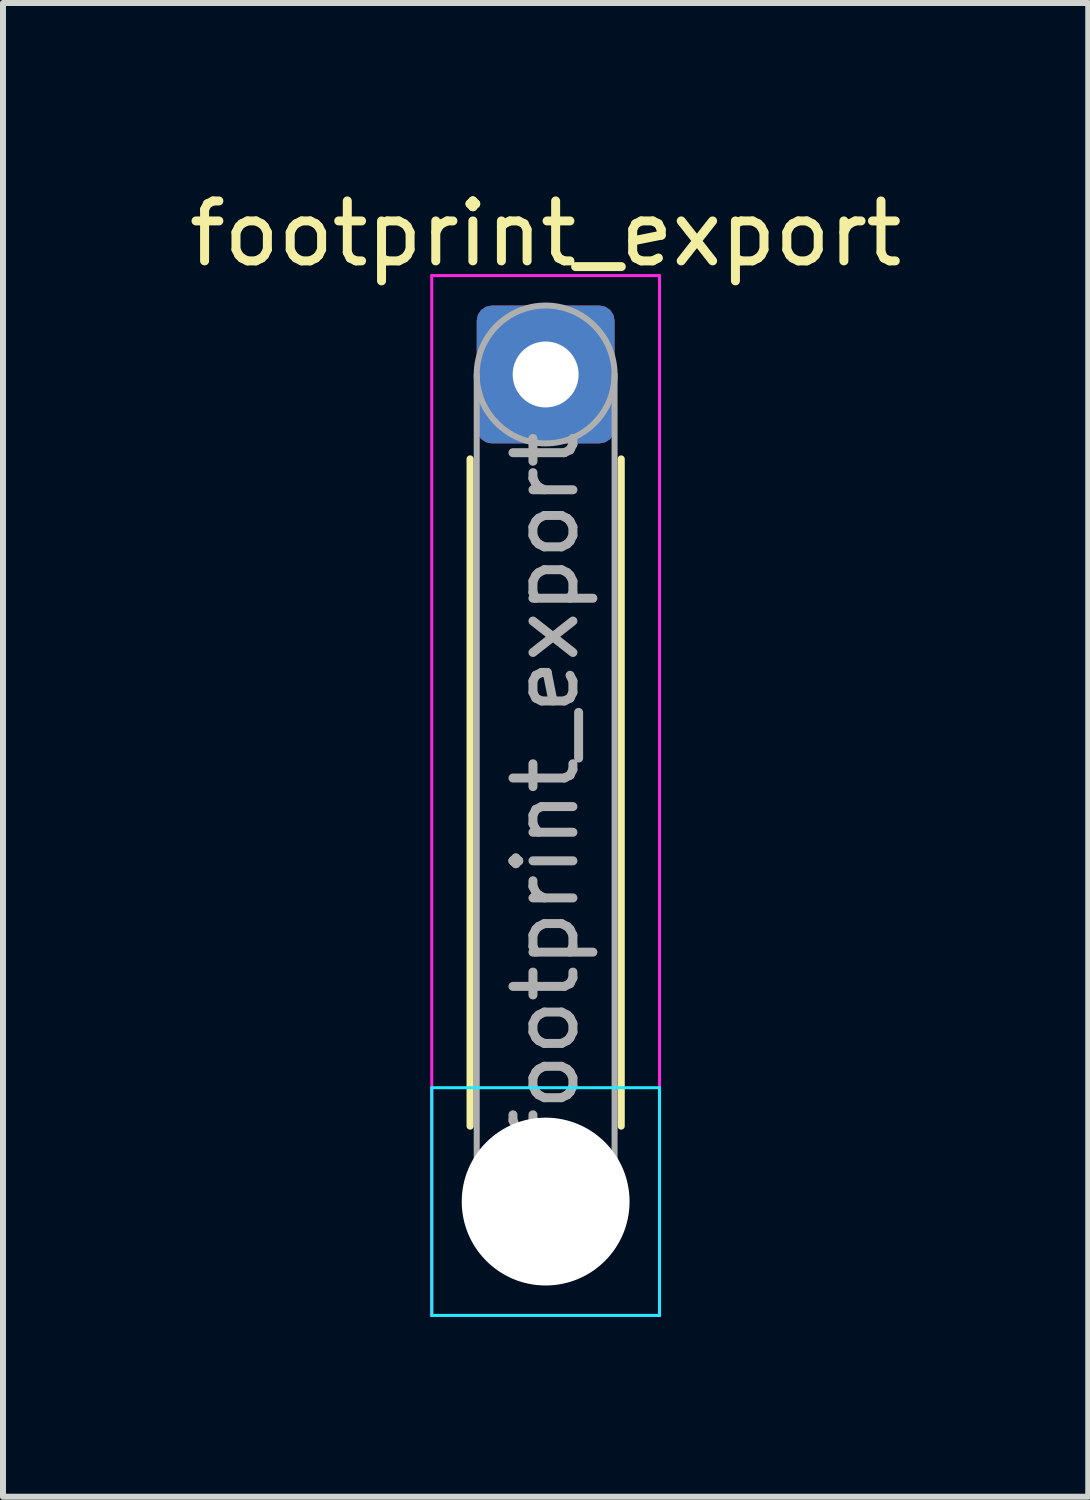
<source format=kicad_pcb>
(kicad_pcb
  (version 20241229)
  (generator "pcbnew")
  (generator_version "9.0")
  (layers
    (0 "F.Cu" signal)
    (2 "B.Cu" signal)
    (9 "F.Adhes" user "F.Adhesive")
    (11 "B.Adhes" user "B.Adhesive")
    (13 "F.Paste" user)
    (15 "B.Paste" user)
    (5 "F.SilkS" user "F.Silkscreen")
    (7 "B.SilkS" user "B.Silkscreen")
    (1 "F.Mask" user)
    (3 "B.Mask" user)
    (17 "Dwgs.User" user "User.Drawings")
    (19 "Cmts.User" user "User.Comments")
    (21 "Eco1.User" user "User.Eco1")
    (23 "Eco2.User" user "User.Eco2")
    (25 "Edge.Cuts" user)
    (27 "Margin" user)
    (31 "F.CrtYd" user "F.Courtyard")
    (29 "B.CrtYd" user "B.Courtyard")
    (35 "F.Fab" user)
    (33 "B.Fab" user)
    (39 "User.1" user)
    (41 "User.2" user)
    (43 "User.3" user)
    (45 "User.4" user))
  (footprint "footprint_export"
    (layer "F.Cu")
    (at 6.054 3.198)
    (property "Reference" "footprint_export" (at 0 -2.35 0) (layer "F.SilkS") (effects (font (size 1 1) (thickness 0.15))))
    (attr exclude_from_pos_files exclude_from_bom)
    (fp_line (start -1.26 1.41) (end -1.26 12.54) (stroke (width 0.12) (type solid)) (layer "F.SilkS"))
    (fp_line (start 1.26 1.41) (end 1.26 12.54) (stroke (width 0.12) (type solid)) (layer "F.SilkS"))
    (fp_line (start -1.9 11.9) (end -1.9 15.7) (stroke (width 0.05) (type solid)) (layer "B.CrtYd"))
    (fp_line (start -1.9 15.7) (end 1.9 15.7) (stroke (width 0.05) (type solid)) (layer "B.CrtYd"))
    (fp_line (start 1.9 11.9) (end -1.9 11.9) (stroke (width 0.05) (type solid)) (layer "B.CrtYd"))
    (fp_line (start 1.9 15.7) (end 1.9 11.9) (stroke (width 0.05) (type solid)) (layer "B.CrtYd"))
    (fp_line (start -1.9 -1.65) (end -1.9 15.7) (stroke (width 0.05) (type solid)) (layer "F.CrtYd"))
    (fp_line (start -1.9 15.7) (end 1.9 15.7) (stroke (width 0.05) (type solid)) (layer "F.CrtYd"))
    (fp_line (start 1.9 -1.65) (end -1.9 -1.65) (stroke (width 0.05) (type solid)) (layer "F.CrtYd"))
    (fp_line (start 1.9 15.7) (end 1.9 -1.65) (stroke (width 0.05) (type solid)) (layer "F.CrtYd"))
    (fp_line (start -1.15 0) (end -1.15 13.8) (stroke (width 0.1) (type solid)) (layer "F.Fab"))
    (fp_line (start 1.15 0) (end 1.15 13.8) (stroke (width 0.1) (type solid)) (layer "F.Fab"))
    (fp_circle (center 0 0) (end 1.15 0) (stroke (width 0.1) (type solid)) (fill no) (layer "F.Fab"))
    (fp_circle (center 0 13.8) (end 1.15 13.8) (stroke (width 0.1) (type solid)) (fill no) (layer "F.Fab"))
    (fp_text user "${REFERENCE}" (at 0 6.9 90) (layer "F.Fab") (effects (font (size 1 1) (thickness 0.15))))
    (pad "" np_thru_hole circle (at 0 13.8) (size 2.8 2.8) (drill 2.8) (layers "*.Cu" "*.Mask"))
    (pad "1" thru_hole roundrect (at 0 0) (size 2.3 2.3) (drill 1.1) (layers "*.Cu" "*.Mask") (roundrect_rratio 0.109)))
  (gr_rect
    (start -3 -3)
    (end 15.107 21.923)
    (stroke (width 0.1) (type default))
    (fill no)
    (layer "Edge.Cuts")))
</source>
